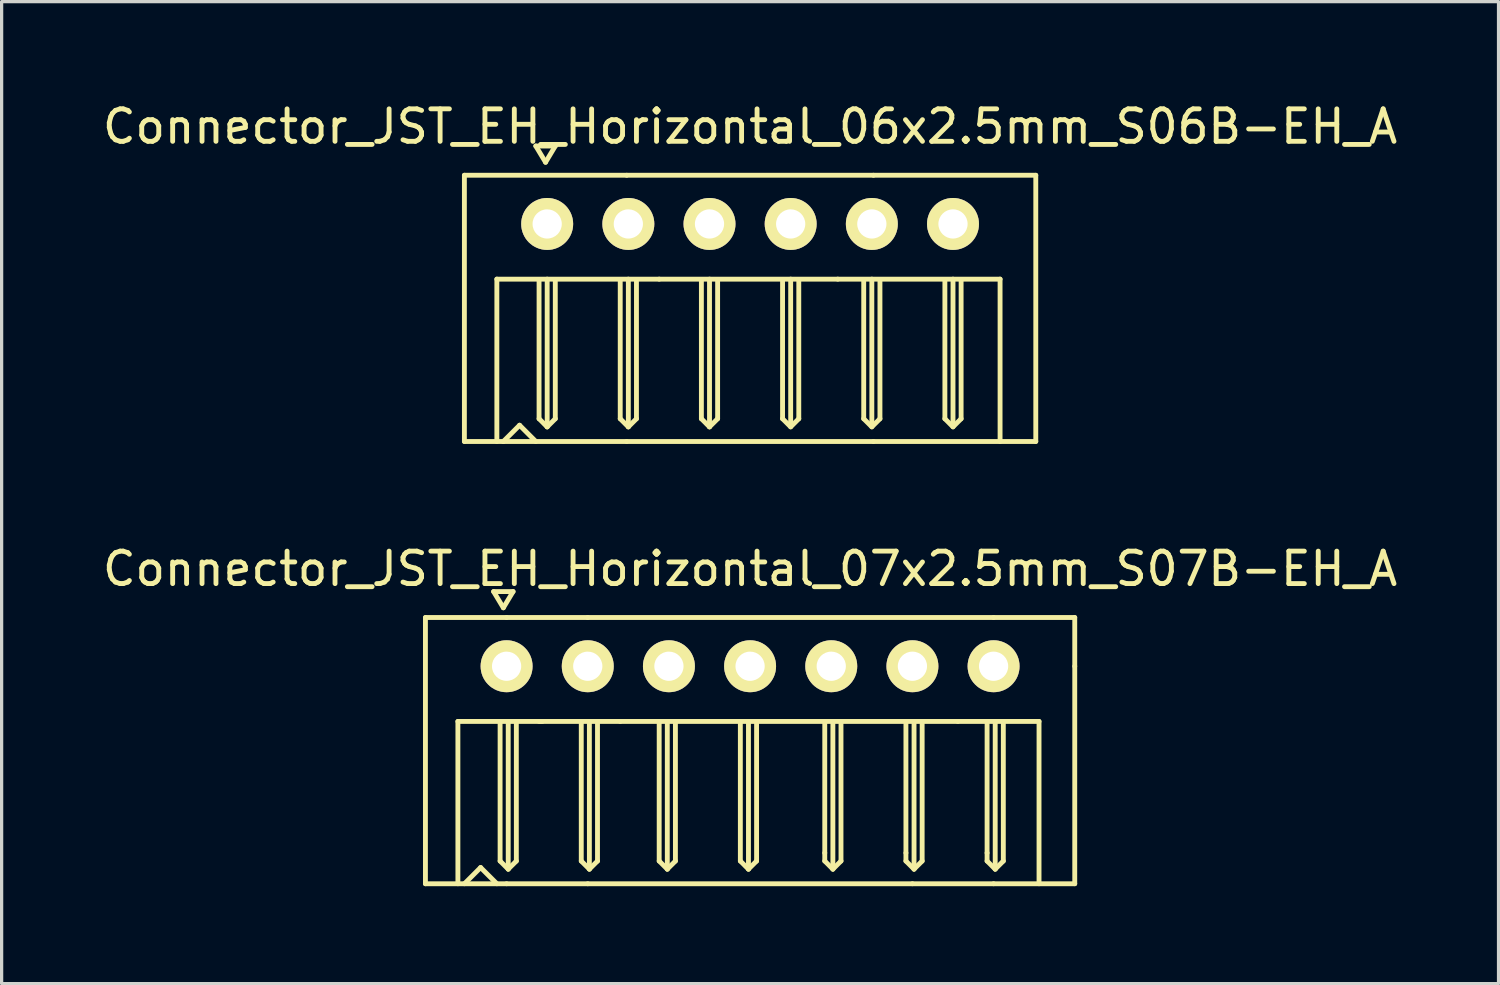
<source format=kicad_pcb>
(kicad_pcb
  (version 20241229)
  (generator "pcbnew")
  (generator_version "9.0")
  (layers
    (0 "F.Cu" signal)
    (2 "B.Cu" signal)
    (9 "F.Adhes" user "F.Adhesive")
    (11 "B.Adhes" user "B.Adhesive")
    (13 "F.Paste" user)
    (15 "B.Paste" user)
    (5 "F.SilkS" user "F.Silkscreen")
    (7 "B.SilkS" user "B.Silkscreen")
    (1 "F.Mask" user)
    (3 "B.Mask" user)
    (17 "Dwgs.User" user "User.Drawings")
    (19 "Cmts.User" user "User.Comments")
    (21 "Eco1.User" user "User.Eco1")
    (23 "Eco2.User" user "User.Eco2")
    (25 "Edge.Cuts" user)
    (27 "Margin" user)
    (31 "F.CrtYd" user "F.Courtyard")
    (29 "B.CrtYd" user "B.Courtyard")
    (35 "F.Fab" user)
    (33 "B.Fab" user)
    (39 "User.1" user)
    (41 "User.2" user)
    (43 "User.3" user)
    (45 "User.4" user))
  (footprint "Connector_JST_EH_Horizontal_06x2.5mm_S06B-EH_A"
    (layer "F.Cu")
    (at 20.054 3.848)
    (property "Reference" "Connector_JST_EH_Horizontal_06x2.5mm_S06B-EH_A" (at 0 -3 0) (layer "F.SilkS") (effects (font (size 1 1) (thickness 0.15))))
    (attr through_hole)
    (fp_line (start -8.8 -1.5) (end -8.8 6.7) (stroke (width 0.15) (type solid)) (layer "F.SilkS"))
    (fp_line (start -8.8 -1.5) (end -3.8 -1.5) (stroke (width 0.15) (type solid)) (layer "F.SilkS"))
    (fp_line (start -8.8 6.7) (end -7.6 6.7) (stroke (width 0.15) (type solid)) (layer "F.SilkS"))
    (fp_line (start -7.8 1.7) (end -7.8 6.7) (stroke (width 0.15) (type solid)) (layer "F.SilkS"))
    (fp_line (start -7.6 6.7) (end -3.8 6.7) (stroke (width 0.15) (type solid)) (layer "F.SilkS"))
    (fp_line (start -7.1 6.2) (end -7.6 6.7) (stroke (width 0.15) (type solid)) (layer "F.SilkS"))
    (fp_line (start -7.1 6.2) (end -6.6 6.7) (stroke (width 0.15) (type solid)) (layer "F.SilkS"))
    (fp_line (start -6.6 -2.4) (end -6.3 -1.9) (stroke (width 0.15) (type solid)) (layer "F.SilkS"))
    (fp_line (start -6.5 6) (end -6.5 1.75) (stroke (width 0.15) (type solid)) (layer "F.SilkS"))
    (fp_line (start -6.3 -1.9) (end -6 -2.4) (stroke (width 0.15) (type solid)) (layer "F.SilkS"))
    (fp_line (start -6.25 6.25) (end -6.5 6) (stroke (width 0.15) (type solid)) (layer "F.SilkS"))
    (fp_line (start -6.25 6.25) (end -6.25 1.7) (stroke (width 0.15) (type solid)) (layer "F.SilkS"))
    (fp_line (start -6 -2.4) (end -6.6 -2.4) (stroke (width 0.15) (type solid)) (layer "F.SilkS"))
    (fp_line (start -6 1.75) (end -6 6) (stroke (width 0.15) (type solid)) (layer "F.SilkS"))
    (fp_line (start -6 6) (end -6.25 6.25) (stroke (width 0.15) (type solid)) (layer "F.SilkS"))
    (fp_line (start -4 6) (end -4 1.75) (stroke (width 0.15) (type solid)) (layer "F.SilkS"))
    (fp_line (start -3.8 -1.5) (end 3.8 -1.5) (stroke (width 0.15) (type solid)) (layer "F.SilkS"))
    (fp_line (start -3.75 6.25) (end -4 6) (stroke (width 0.15) (type solid)) (layer "F.SilkS"))
    (fp_line (start -3.75 6.25) (end -3.75 1.7) (stroke (width 0.15) (type solid)) (layer "F.SilkS"))
    (fp_line (start -3.5 1.75) (end -3.5 6) (stroke (width 0.15) (type solid)) (layer "F.SilkS"))
    (fp_line (start -3.5 6) (end -3.75 6.25) (stroke (width 0.15) (type solid)) (layer "F.SilkS"))
    (fp_line (start -2.8 1.7) (end -7.8 1.7) (stroke (width 0.15) (type solid)) (layer "F.SilkS"))
    (fp_line (start -1.5 6) (end -1.5 1.75) (stroke (width 0.15) (type solid)) (layer "F.SilkS"))
    (fp_line (start -1.25 6.25) (end -1.5 6) (stroke (width 0.15) (type solid)) (layer "F.SilkS"))
    (fp_line (start -1.25 6.25) (end -1.25 1.7) (stroke (width 0.15) (type solid)) (layer "F.SilkS"))
    (fp_line (start -1 1.75) (end -1 6) (stroke (width 0.15) (type solid)) (layer "F.SilkS"))
    (fp_line (start -1 6) (end -1.25 6.25) (stroke (width 0.15) (type solid)) (layer "F.SilkS"))
    (fp_line (start 1 1.75) (end 1 6) (stroke (width 0.15) (type solid)) (layer "F.SilkS"))
    (fp_line (start 1 6) (end 1.25 6.25) (stroke (width 0.15) (type solid)) (layer "F.SilkS"))
    (fp_line (start 1.25 6.2) (end 1.25 1.7) (stroke (width 0.15) (type solid)) (layer "F.SilkS"))
    (fp_line (start 1.25 6.25) (end 1.5 6) (stroke (width 0.15) (type solid)) (layer "F.SilkS"))
    (fp_line (start 1.5 6) (end 1.5 1.75) (stroke (width 0.15) (type solid)) (layer "F.SilkS"))
    (fp_line (start 2.7 1.7) (end -2.8 1.7) (stroke (width 0.15) (type solid)) (layer "F.SilkS"))
    (fp_line (start 3.5 1.75) (end 3.5 6) (stroke (width 0.15) (type solid)) (layer "F.SilkS"))
    (fp_line (start 3.5 6) (end 3.75 6.25) (stroke (width 0.15) (type solid)) (layer "F.SilkS"))
    (fp_line (start 3.75 6.2) (end 3.75 1.7) (stroke (width 0.15) (type solid)) (layer "F.SilkS"))
    (fp_line (start 3.75 6.25) (end 4 6) (stroke (width 0.15) (type solid)) (layer "F.SilkS"))
    (fp_line (start 3.8 6.7) (end -3.8 6.7) (stroke (width 0.15) (type solid)) (layer "F.SilkS"))
    (fp_line (start 3.8 6.7) (end 8.8 6.7) (stroke (width 0.15) (type solid)) (layer "F.SilkS"))
    (fp_line (start 4 6) (end 4 1.75) (stroke (width 0.15) (type solid)) (layer "F.SilkS"))
    (fp_line (start 6 1.75) (end 6 6) (stroke (width 0.15) (type solid)) (layer "F.SilkS"))
    (fp_line (start 6 6) (end 6.25 6.25) (stroke (width 0.15) (type solid)) (layer "F.SilkS"))
    (fp_line (start 6.25 6.2) (end 6.25 1.7) (stroke (width 0.15) (type solid)) (layer "F.SilkS"))
    (fp_line (start 6.25 6.25) (end 6.5 6) (stroke (width 0.15) (type solid)) (layer "F.SilkS"))
    (fp_line (start 6.5 6) (end 6.5 1.75) (stroke (width 0.15) (type solid)) (layer "F.SilkS"))
    (fp_line (start 7.7 1.7) (end 2.7 1.7) (stroke (width 0.15) (type solid)) (layer "F.SilkS"))
    (fp_line (start 7.7 1.7) (end 7.7 6.7) (stroke (width 0.15) (type solid)) (layer "F.SilkS"))
    (fp_line (start 8.8 -1.5) (end 3.8 -1.5) (stroke (width 0.15) (type solid)) (layer "F.SilkS"))
    (fp_line (start 8.8 -1.5) (end 8.8 6.7) (stroke (width 0.15) (type solid)) (layer "F.SilkS"))
    (pad "1" thru_hole circle (at -6.25 0) (size 1.6 1.6) (drill 0.9) (layers "*.Cu" "*.Mask" "F.SilkS"))
    (pad "2" thru_hole circle (at -3.75 0) (size 1.6 1.6) (drill 0.9) (layers "*.Cu" "*.Mask" "F.SilkS"))
    (pad "3" thru_hole circle (at -1.25 0) (size 1.6 1.6) (drill 0.9) (layers "*.Cu" "*.Mask" "F.SilkS"))
    (pad "4" thru_hole circle (at 1.25 0) (size 1.6 1.6) (drill 0.9) (layers "*.Cu" "*.Mask" "F.SilkS"))
    (pad "5" thru_hole circle (at 3.75 0) (size 1.6 1.6) (drill 0.9) (layers "*.Cu" "*.Mask" "F.SilkS"))
    (pad "6" thru_hole circle (at 6.25 0) (size 1.6 1.6) (drill 0.9) (layers "*.Cu" "*.Mask" "F.SilkS")))
  (footprint "Connector_JST_EH_Horizontal_07x2.5mm_S07B-EH_A"
    (layer "F.Cu")
    (at 20.054 17.471)
    (property "Reference" "Connector_JST_EH_Horizontal_07x2.5mm_S07B-EH_A" (at 0 -3 0) (layer "F.SilkS") (effects (font (size 1 1) (thickness 0.15))))
    (attr through_hole)
    (fp_line (start -10 -1.5) (end -10 6.7) (stroke (width 0.15) (type solid)) (layer "F.SilkS"))
    (fp_line (start -9 1.7) (end -9 6.7) (stroke (width 0.15) (type solid)) (layer "F.SilkS"))
    (fp_line (start -9 1.7) (end -6.4 1.7) (stroke (width 0.15) (type solid)) (layer "F.SilkS"))
    (fp_line (start -8.3 6.2) (end -8.8 6.7) (stroke (width 0.15) (type solid)) (layer "F.SilkS"))
    (fp_line (start -8.3 6.2) (end -7.8 6.7) (stroke (width 0.15) (type solid)) (layer "F.SilkS"))
    (fp_line (start -7.9 -2.3) (end -7.6 -1.8) (stroke (width 0.15) (type solid)) (layer "F.SilkS"))
    (fp_line (start -7.7 6) (end -7.7 1.75) (stroke (width 0.15) (type solid)) (layer "F.SilkS"))
    (fp_line (start -7.6 -1.8) (end -7.3 -2.3) (stroke (width 0.15) (type solid)) (layer "F.SilkS"))
    (fp_line (start -7.5 -1.5) (end -10 -1.5) (stroke (width 0.15) (type solid)) (layer "F.SilkS"))
    (fp_line (start -7.5 6.7) (end -10 6.7) (stroke (width 0.15) (type solid)) (layer "F.SilkS"))
    (fp_line (start -7.5 6.7) (end -5 6.7) (stroke (width 0.15) (type solid)) (layer "F.SilkS"))
    (fp_line (start -7.45 6.25) (end -7.7 6) (stroke (width 0.15) (type solid)) (layer "F.SilkS"))
    (fp_line (start -7.45 6.25) (end -7.45 1.75) (stroke (width 0.15) (type solid)) (layer "F.SilkS"))
    (fp_line (start -7.3 -2.3) (end -7.9 -2.3) (stroke (width 0.15) (type solid)) (layer "F.SilkS"))
    (fp_line (start -7.2 1.75) (end -7.2 6) (stroke (width 0.15) (type solid)) (layer "F.SilkS"))
    (fp_line (start -7.2 6) (end -7.45 6.25) (stroke (width 0.15) (type solid)) (layer "F.SilkS"))
    (fp_line (start -6.5 1.7) (end -4 1.7) (stroke (width 0.15) (type solid)) (layer "F.SilkS"))
    (fp_line (start -5.2 6) (end -5.2 1.75) (stroke (width 0.15) (type solid)) (layer "F.SilkS"))
    (fp_line (start -5 -1.5) (end -7.5 -1.5) (stroke (width 0.15) (type solid)) (layer "F.SilkS"))
    (fp_line (start -5 6.7) (end 5 6.7) (stroke (width 0.15) (type solid)) (layer "F.SilkS"))
    (fp_line (start -4.95 6.25) (end -5.2 6) (stroke (width 0.15) (type solid)) (layer "F.SilkS"))
    (fp_line (start -4.95 6.25) (end -4.95 1.75) (stroke (width 0.15) (type solid)) (layer "F.SilkS"))
    (fp_line (start -4.7 1.75) (end -4.7 6) (stroke (width 0.15) (type solid)) (layer "F.SilkS"))
    (fp_line (start -4.7 6) (end -4.95 6.25) (stroke (width 0.15) (type solid)) (layer "F.SilkS"))
    (fp_line (start -4 1.7) (end 6.4 1.7) (stroke (width 0.15) (type solid)) (layer "F.SilkS"))
    (fp_line (start -2.8 6) (end -2.8 1.75) (stroke (width 0.15) (type solid)) (layer "F.SilkS"))
    (fp_line (start -2.55 6.25) (end -2.8 6) (stroke (width 0.15) (type solid)) (layer "F.SilkS"))
    (fp_line (start -2.55 6.25) (end -2.55 1.75) (stroke (width 0.15) (type solid)) (layer "F.SilkS"))
    (fp_line (start -2.3 1.75) (end -2.3 6) (stroke (width 0.15) (type solid)) (layer "F.SilkS"))
    (fp_line (start -2.3 6) (end -2.55 6.25) (stroke (width 0.15) (type solid)) (layer "F.SilkS"))
    (fp_line (start -0.3 6) (end -0.3 1.75) (stroke (width 0.15) (type solid)) (layer "F.SilkS"))
    (fp_line (start -0.05 1.75) (end -0.05 6.25) (stroke (width 0.15) (type solid)) (layer "F.SilkS"))
    (fp_line (start -0.05 6.25) (end -0.3 6) (stroke (width 0.15) (type solid)) (layer "F.SilkS"))
    (fp_line (start 0.2 1.75) (end 0.2 6) (stroke (width 0.15) (type solid)) (layer "F.SilkS"))
    (fp_line (start 0.2 6) (end -0.05 6.25) (stroke (width 0.15) (type solid)) (layer "F.SilkS"))
    (fp_line (start 2.3 1.75) (end 2.3 5.75) (stroke (width 0.15) (type solid)) (layer "F.SilkS"))
    (fp_line (start 2.3 5.75) (end 2.3 6) (stroke (width 0.15) (type solid)) (layer "F.SilkS"))
    (fp_line (start 2.3 6) (end 2.55 6.25) (stroke (width 0.15) (type solid)) (layer "F.SilkS"))
    (fp_line (start 2.55 6.25) (end 2.55 1.75) (stroke (width 0.15) (type solid)) (layer "F.SilkS"))
    (fp_line (start 2.55 6.25) (end 2.8 6) (stroke (width 0.15) (type solid)) (layer "F.SilkS"))
    (fp_line (start 2.8 6) (end 2.8 1.75) (stroke (width 0.15) (type solid)) (layer "F.SilkS"))
    (fp_line (start 4.8 1.75) (end 4.8 5.75) (stroke (width 0.15) (type solid)) (layer "F.SilkS"))
    (fp_line (start 4.8 5.75) (end 4.8 6) (stroke (width 0.15) (type solid)) (layer "F.SilkS"))
    (fp_line (start 4.8 6) (end 5.05 6.25) (stroke (width 0.15) (type solid)) (layer "F.SilkS"))
    (fp_line (start 5 6.7) (end 7.5 6.7) (stroke (width 0.15) (type solid)) (layer "F.SilkS"))
    (fp_line (start 5.05 6.25) (end 5.05 1.75) (stroke (width 0.15) (type solid)) (layer "F.SilkS"))
    (fp_line (start 5.05 6.25) (end 5.3 6) (stroke (width 0.15) (type solid)) (layer "F.SilkS"))
    (fp_line (start 5.3 6) (end 5.3 1.75) (stroke (width 0.15) (type solid)) (layer "F.SilkS"))
    (fp_line (start 7.3 1.75) (end 7.3 5.75) (stroke (width 0.15) (type solid)) (layer "F.SilkS"))
    (fp_line (start 7.3 5.75) (end 7.3 6) (stroke (width 0.15) (type solid)) (layer "F.SilkS"))
    (fp_line (start 7.3 6) (end 7.55 6.25) (stroke (width 0.15) (type solid)) (layer "F.SilkS"))
    (fp_line (start 7.5 -1.5) (end -5 -1.5) (stroke (width 0.15) (type solid)) (layer "F.SilkS"))
    (fp_line (start 7.5 6.7) (end 10 6.7) (stroke (width 0.15) (type solid)) (layer "F.SilkS"))
    (fp_line (start 7.55 6.25) (end 7.55 1.75) (stroke (width 0.15) (type solid)) (layer "F.SilkS"))
    (fp_line (start 7.55 6.25) (end 7.8 6) (stroke (width 0.15) (type solid)) (layer "F.SilkS"))
    (fp_line (start 7.8 6) (end 7.8 1.75) (stroke (width 0.15) (type solid)) (layer "F.SilkS"))
    (fp_line (start 8.9 1.7) (end 6.4 1.7) (stroke (width 0.15) (type solid)) (layer "F.SilkS"))
    (fp_line (start 8.9 1.7) (end 8.9 6.7) (stroke (width 0.15) (type solid)) (layer "F.SilkS"))
    (fp_line (start 10 -1.5) (end 7.5 -1.5) (stroke (width 0.15) (type solid)) (layer "F.SilkS"))
    (fp_line (start 10 -1.5) (end 10 0) (stroke (width 0.15) (type solid)) (layer "F.SilkS"))
    (fp_line (start 10 6.7) (end 10 0) (stroke (width 0.15) (type solid)) (layer "F.SilkS"))
    (pad "1" thru_hole circle (at -7.5 0) (size 1.6 1.6) (drill 0.9) (layers "*.Cu" "*.Mask" "F.SilkS"))
    (pad "2" thru_hole circle (at -5 0) (size 1.6 1.6) (drill 0.9) (layers "*.Cu" "*.Mask" "F.SilkS"))
    (pad "3" thru_hole circle (at -2.5 0) (size 1.6 1.6) (drill 0.9) (layers "*.Cu" "*.Mask" "F.SilkS"))
    (pad "4" thru_hole circle (at 0 0) (size 1.6 1.6) (drill 0.9) (layers "*.Cu" "*.Mask" "F.SilkS"))
    (pad "5" thru_hole circle (at 2.5 0) (size 1.6 1.6) (drill 0.9) (layers "*.Cu" "*.Mask" "F.SilkS"))
    (pad "6" thru_hole circle (at 5 0) (size 1.6 1.6) (drill 0.9) (layers "*.Cu" "*.Mask" "F.SilkS"))
    (pad "7" thru_hole circle (at 7.5 0) (size 1.6 1.6) (drill 0.9) (layers "*.Cu" "*.Mask" "F.SilkS")))
  (gr_rect
    (start -3 -3)
    (end 43.107 27.247)
    (stroke (width 0.1) (type default))
    (fill no)
    (layer "Edge.Cuts")))
</source>
